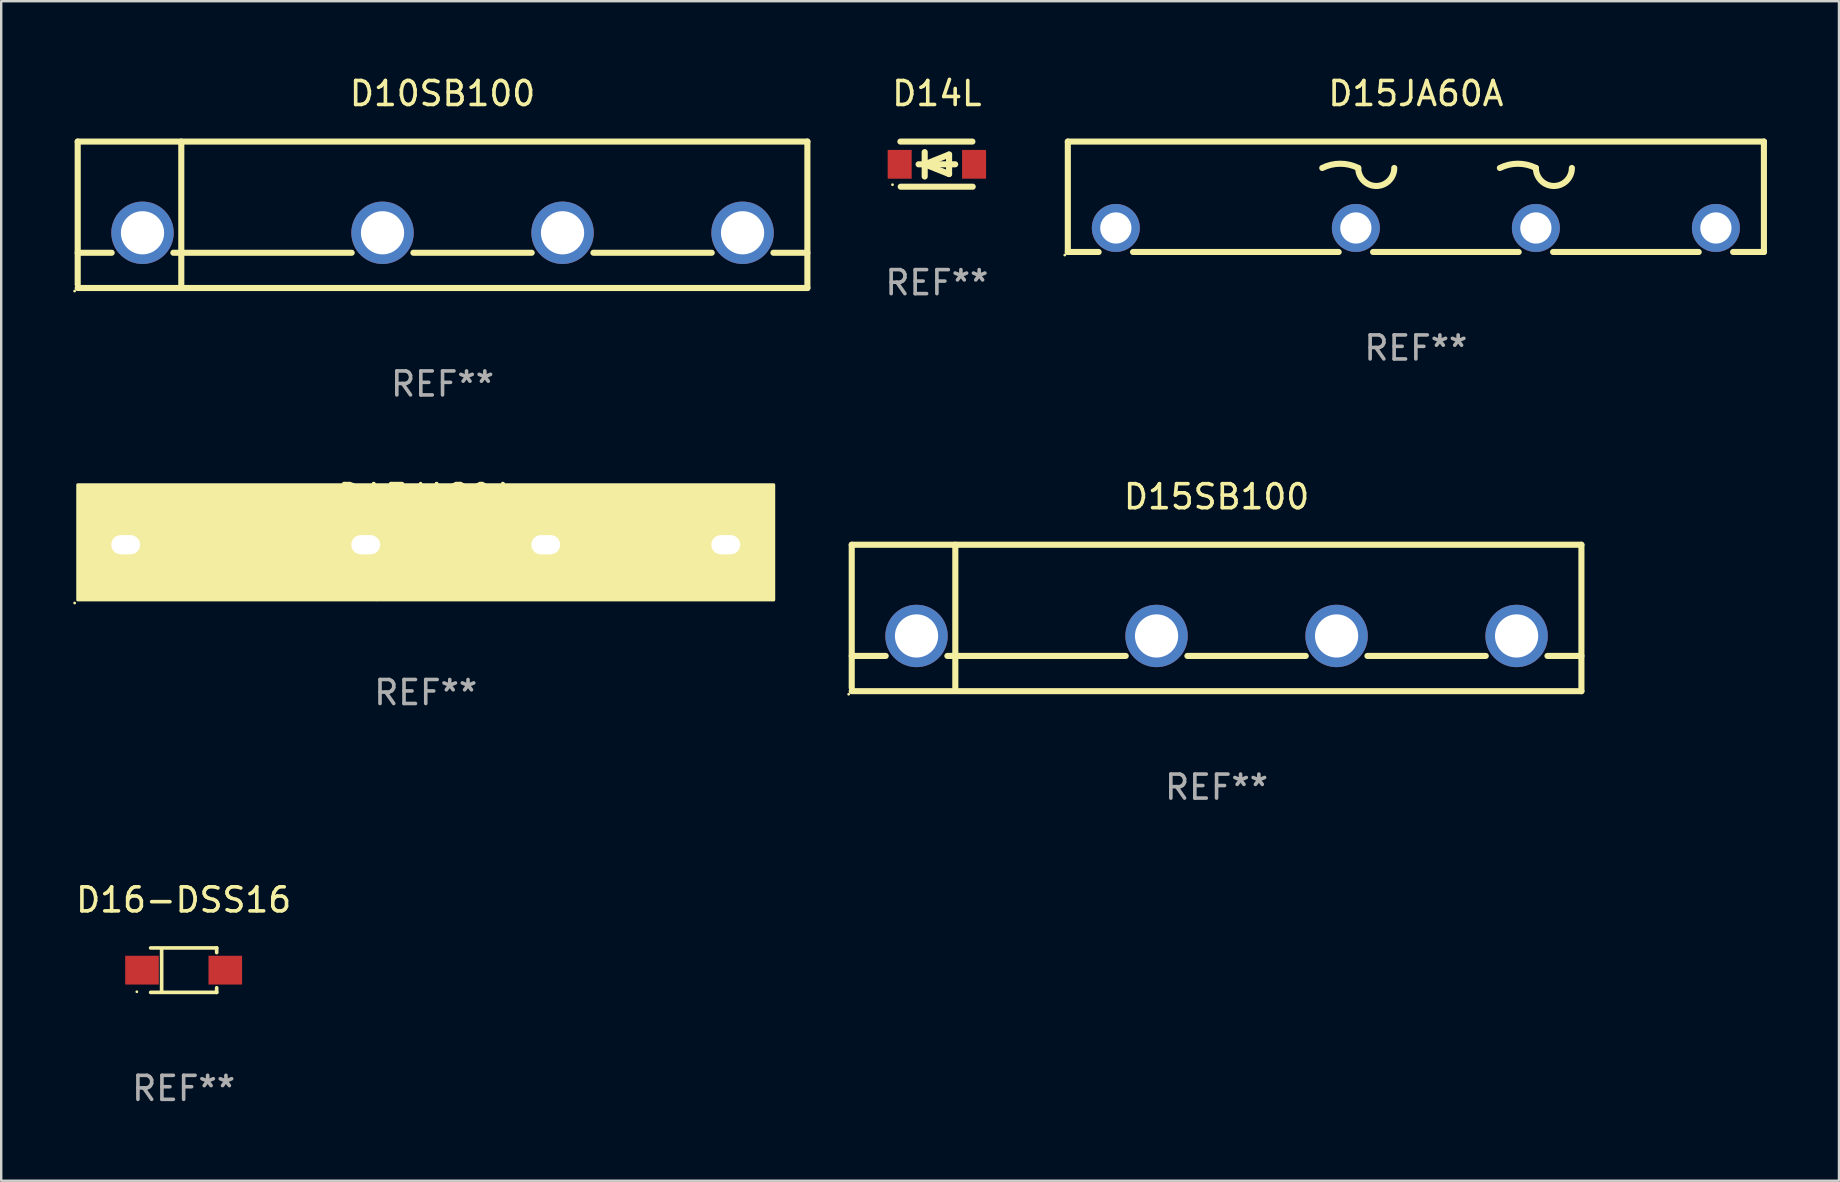
<source format=kicad_pcb>
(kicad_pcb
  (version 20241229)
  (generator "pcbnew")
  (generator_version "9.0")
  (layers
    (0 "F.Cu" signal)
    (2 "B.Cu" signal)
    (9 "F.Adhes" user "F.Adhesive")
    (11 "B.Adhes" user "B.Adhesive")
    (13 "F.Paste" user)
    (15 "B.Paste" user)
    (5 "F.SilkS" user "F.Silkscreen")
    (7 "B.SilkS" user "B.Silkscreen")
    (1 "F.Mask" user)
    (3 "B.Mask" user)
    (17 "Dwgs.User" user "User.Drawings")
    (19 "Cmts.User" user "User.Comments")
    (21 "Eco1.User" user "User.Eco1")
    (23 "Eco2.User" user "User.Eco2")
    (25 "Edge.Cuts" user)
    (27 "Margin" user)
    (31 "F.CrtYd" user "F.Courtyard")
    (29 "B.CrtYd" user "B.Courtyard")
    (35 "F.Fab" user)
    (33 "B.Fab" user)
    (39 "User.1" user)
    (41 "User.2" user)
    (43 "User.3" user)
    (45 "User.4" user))
  (footprint "D10SB100"
    (layer "F.Cu")
    (at 15.387 5.898)
    (property "Reference" "D10SB100" (at 0 -5.05 0) (layer "F.SilkS") (effects (font (size 1 1) (thickness 0.15))))
    (attr through_hole)
    (fp_line (start -15.2 -3.05) (end -15.2 2.909) (stroke (width 0.254) (type solid)) (layer "F.SilkS"))
    (fp_line (start -15.2 -3.05) (end 15.2 -3.05) (stroke (width 0.254) (type solid)) (layer "F.SilkS"))
    (fp_line (start -15.2 1.582) (end -13.785 1.582) (stroke (width 0.254) (type solid)) (layer "F.SilkS"))
    (fp_line (start -15.2 3.05) (end 15.2 3.05) (stroke (width 0.254) (type solid)) (layer "F.SilkS"))
    (fp_line (start -11.215 1.582) (end -3.785 1.582) (stroke (width 0.254) (type solid)) (layer "F.SilkS"))
    (fp_line (start -10.884 -3.05) (end -10.884 2.909) (stroke (width 0.254) (type solid)) (layer "F.SilkS"))
    (fp_line (start -1.215 1.582) (end 3.715 1.582) (stroke (width 0.254) (type solid)) (layer "F.SilkS"))
    (fp_line (start 6.285 1.582) (end 11.215 1.582) (stroke (width 0.254) (type solid)) (layer "F.SilkS"))
    (fp_line (start 13.785 1.582) (end 15.2 1.582) (stroke (width 0.254) (type solid)) (layer "F.SilkS"))
    (fp_line (start 15.2 -3.05) (end 15.2 3.05) (stroke (width 0.254) (type solid)) (layer "F.SilkS"))
    (fp_circle (center -15.327 3.177) (end -15.297 3.177) (stroke (width 0.06) (type solid)) (fill no) (layer "F.SilkS"))
    (fp_text user "-" (at 11.176 -0.774 0) (layer "B.Mask") (effects (font (size 1 1) (thickness 0.15))))
    (fp_text user "+" (at -13.461 -0.782 0) (layer "B.Mask") (effects (font (size 1 1) (thickness 0.15))))
    (fp_text user "&#126;" (at -3.301 -0.827 0) (layer "B.Mask") (effects (font (size 1 1) (thickness 0.15))))
    (fp_text user "&#126;" (at 3.938 -0.7 0) (layer "B.Mask") (effects (font (size 1 1) (thickness 0.15))))
    (fp_text user "REF**" (at 0 7.05 0) (layer "F.Fab") (effects (font (size 1 1) (thickness 0.15))))
    (pad "1" thru_hole circle (at -12.5 0.75) (size 2.6 2.6) (drill 1.8) (layers "*.Cu" "*.Mask"))
    (pad "2" thru_hole circle (at -2.5 0.75) (size 2.6 2.6) (drill 1.8) (layers "*.Cu" "*.Mask"))
    (pad "3" thru_hole circle (at 5 0.75) (size 2.6 2.6) (drill 1.8) (layers "*.Cu" "*.Mask"))
    (pad "4" thru_hole circle (at 12.5 0.75) (size 2.6 2.6) (drill 1.8) (layers "*.Cu" "*.Mask")))
  (footprint "D15JA80A"
    (layer "F.Cu")
    (at 14.687 20.724)
    (property "Reference" "D15JA80A" (at 0 -3.08 0) (layer "F.SilkS") (effects (font (size 1 1) (thickness 0.15))))
    (attr through_hole)
    (fp_line (start -13.081 0.445) (end -11.938 0.445) (stroke (width 0.254) (type solid)) (layer "F.SilkS"))
    (fp_line (start -12.509 1.08) (end -12.509 -0.064) (stroke (width 0.254) (type solid)) (layer "F.SilkS"))
    (fp_line (start 11.938 0.699) (end 13.081 0.699) (stroke (width 0.254) (type solid)) (layer "F.SilkS"))
    (fp_arc (start -3.365469 0.666751) (mid -2.920968 0.561819) (end -2.476467 0.666751) (stroke (width 0.254001) (type solid)) (layer "F.SilkS"))
    (fp_arc (start -1.58744 0.698501) (mid -2.031941 1.143002) (end -2.476442 0.698501) (stroke (width 0.254001) (type solid)) (layer "F.SilkS"))
    (fp_arc (start 4.000572 0.571501) (mid 4.445073 0.466569) (end 4.889574 0.571502) (stroke (width 0.254001) (type solid)) (layer "F.SilkS"))
    (fp_arc (start 4.8896 0.603251) (mid 5.3341 0.158751) (end 5.7786 0.603251) (stroke (width 0.254001) (type solid)) (layer "F.SilkS"))
    (fp_circle (center -14.627 1.348) (end -14.597 1.348) (stroke (width 0.06) (type solid)) (fill no) (layer "F.SilkS"))
    (fp_poly (pts (xy -14.5 -3.579) (xy 14.5 -3.579) (xy 14.5 1.221) (xy -14.5 1.221)) (stroke (width 0.12) (type solid)) (fill yes) (layer "F.SilkS"))
    (fp_text user "REF**" (at 0 5.08 0) (layer "F.Fab") (effects (font (size 1 1) (thickness 0.15))))
    (pad "1" thru_hole oval (at -12.5 -1.08) (size 2 1.4) (drill oval 1.2 0.8) (layers "*.Cu" "*.Mask"))
    (pad "2" thru_hole oval (at -2.5 -1.08) (size 2 1.4) (drill oval 1.2 0.8) (layers "*.Cu" "*.Mask"))
    (pad "3" thru_hole oval (at 5 -1.08) (size 2 1.4) (drill oval 1.2 0.8) (layers "*.Cu" "*.Mask"))
    (pad "4" thru_hole oval (at 12.5 -1.08) (size 2 1.4) (drill oval 1.2 0.8) (layers "*.Cu" "*.Mask")))
  (footprint "D14L"
    (layer "F.Cu")
    (at 35.982 3.788)
    (property "Reference" "D14L" (at 0 -2.94 0) (layer "F.SilkS") (effects (font (size 1 1) (thickness 0.15))))
    (attr through_hole)
    (fp_line (start -1.52 -0.94) (end 1.48 -0.94) (stroke (width 0.254) (type solid)) (layer "F.SilkS"))
    (fp_line (start -1.507 0.94) (end 1.493 0.94) (stroke (width 0.254) (type solid)) (layer "F.SilkS"))
    (fp_line (start -0.762 0.007) (end 0.762 0.007) (stroke (width 0.254) (type solid)) (layer "F.SilkS"))
    (fp_line (start -0.508 -0.501) (end -0.508 0.515) (stroke (width 0.254) (type solid)) (layer "F.SilkS"))
    (fp_line (start -0.508 0.007) (end 0.508 -0.4) (stroke (width 0.254) (type solid)) (layer "F.SilkS"))
    (fp_line (start 0.508 -0.4) (end 0.508 0.413) (stroke (width 0.254) (type solid)) (layer "F.SilkS"))
    (fp_line (start 0.508 0.413) (end -0.508 0.007) (stroke (width 0.254) (type solid)) (layer "F.SilkS"))
    (fp_circle (center -1.85 0.857) (end -1.82 0.857) (stroke (width 0.06) (type solid)) (fill no) (layer "F.SilkS"))
    (fp_text user "REF**" (at 0 4.94 0) (layer "F.Fab") (effects (font (size 1 1) (thickness 0.15))))
    (pad "1" smd rect (at -1.55 0.007) (size 1 1.2) (layers "F.Cu" "F.Mask" "F.Paste"))
    (pad "2" smd rect (at 1.55 0.007) (size 1 1.2) (layers "F.Cu" "F.Mask" "F.Paste")))
  (footprint "D15SB100"
    (layer "F.Cu")
    (at 47.634 22.695)
    (property "Reference" "D15SB100" (at 0 -5.05 0) (layer "F.SilkS") (effects (font (size 1 1) (thickness 0.15))))
    (attr through_hole)
    (fp_line (start -15.2 -3.05) (end -15.2 2.909) (stroke (width 0.254) (type solid)) (layer "F.SilkS"))
    (fp_line (start -15.2 -3.05) (end 15.2 -3.05) (stroke (width 0.254) (type solid)) (layer "F.SilkS"))
    (fp_line (start -15.2 1.582) (end -13.785 1.582) (stroke (width 0.254) (type solid)) (layer "F.SilkS"))
    (fp_line (start -15.2 3.05) (end 15.2 3.05) (stroke (width 0.254) (type solid)) (layer "F.SilkS"))
    (fp_line (start -11.215 1.582) (end -3.785 1.582) (stroke (width 0.254) (type solid)) (layer "F.SilkS"))
    (fp_line (start -10.884 -3.05) (end -10.884 2.909) (stroke (width 0.254) (type solid)) (layer "F.SilkS"))
    (fp_line (start -1.215 1.582) (end 3.715 1.582) (stroke (width 0.254) (type solid)) (layer "F.SilkS"))
    (fp_line (start 6.285 1.582) (end 11.215 1.582) (stroke (width 0.254) (type solid)) (layer "F.SilkS"))
    (fp_line (start 13.785 1.582) (end 15.2 1.582) (stroke (width 0.254) (type solid)) (layer "F.SilkS"))
    (fp_line (start 15.2 -3.05) (end 15.2 3.05) (stroke (width 0.254) (type solid)) (layer "F.SilkS"))
    (fp_circle (center -15.327 3.177) (end -15.297 3.177) (stroke (width 0.06) (type solid)) (fill no) (layer "F.SilkS"))
    (fp_text user "-" (at 11.176 -0.774 0) (layer "B.Mask") (effects (font (size 1 1) (thickness 0.15))))
    (fp_text user "&#126;" (at 3.938 -0.7 0) (layer "B.Mask") (effects (font (size 1 1) (thickness 0.15))))
    (fp_text user "+" (at -13.461 -0.782 0) (layer "B.Mask") (effects (font (size 1 1) (thickness 0.15))))
    (fp_text user "&#126;" (at -3.301 -0.827 0) (layer "B.Mask") (effects (font (size 1 1) (thickness 0.15))))
    (fp_text user "REF**" (at 0 7.05 0) (layer "F.Fab") (effects (font (size 1 1) (thickness 0.15))))
    (pad "1" thru_hole circle (at -12.5 0.75) (size 2.6 2.6) (drill 1.8) (layers "*.Cu" "*.Mask"))
    (pad "2" thru_hole circle (at -2.5 0.75) (size 2.6 2.6) (drill 1.8) (layers "*.Cu" "*.Mask"))
    (pad "3" thru_hole circle (at 5 0.75) (size 2.6 2.6) (drill 1.8) (layers "*.Cu" "*.Mask"))
    (pad "4" thru_hole circle (at 12.5 0.75) (size 2.6 2.6) (drill 1.8) (layers "*.Cu" "*.Mask")))
  (footprint "D16-DSS16"
    (layer "F.Cu")
    (at 4.601 37.368)
    (property "Reference" "D16-DSS16" (at 0 -2.926 0) (layer "F.SilkS") (effects (font (size 1 1) (thickness 0.15))))
    (attr through_hole)
    (fp_line (start -1.376 -0.926) (end 1.376 -0.926) (stroke (width 0.152) (type solid)) (layer "F.SilkS"))
    (fp_line (start -1.376 0.926) (end 1.376 0.926) (stroke (width 0.152) (type solid)) (layer "F.SilkS"))
    (fp_line (start -0.917 -0.876) (end -0.917 0.876) (stroke (width 0.152) (type solid)) (layer "F.SilkS"))
    (fp_line (start 1.376 -0.926) (end 1.376 -0.733) (stroke (width 0.152) (type solid)) (layer "F.SilkS"))
    (fp_line (start 1.376 0.926) (end 1.376 0.733) (stroke (width 0.152) (type solid)) (layer "F.SilkS"))
    (fp_circle (center -1.95 0.9) (end -1.92 0.9) (stroke (width 0.06) (type solid)) (fill no) (layer "F.SilkS"))
    (fp_text user "REF**" (at 0 4.926 0) (layer "F.Fab") (effects (font (size 1 1) (thickness 0.15))))
    (pad "1" smd rect (at -1.735 0) (size 1.4 1.2) (layers "F.Cu" "F.Mask" "F.Paste"))
    (pad "2" smd rect (at 1.735 0) (size 1.4 1.2) (layers "F.Cu" "F.Mask" "F.Paste")))
  (footprint "D15JA60A"
    (layer "F.Cu")
    (at 55.937 5.148)
    (property "Reference" "D15JA60A" (at 0 -4.3 0) (layer "F.SilkS") (effects (font (size 1 1) (thickness 0.15))))
    (attr through_hole)
    (fp_line (start -14.5 2.3) (end -13.216 2.3) (stroke (width 0.254) (type solid)) (layer "F.SilkS"))
    (fp_line (start -14.5 -2.3) (end -14.5 2.3) (stroke (width 0.254) (type solid)) (layer "F.SilkS"))
    (fp_line (start -14.5 -2.3) (end 14.5 -2.3) (stroke (width 0.254) (type solid)) (layer "F.SilkS"))
    (fp_line (start -11.784 2.3) (end -3.216 2.3) (stroke (width 0.254) (type solid)) (layer "F.SilkS"))
    (fp_line (start -1.784 2.3) (end 4.284 2.3) (stroke (width 0.254) (type solid)) (layer "F.SilkS"))
    (fp_line (start 5.716 2.3) (end 11.784 2.3) (stroke (width 0.254) (type solid)) (layer "F.SilkS"))
    (fp_line (start 13.216 2.3) (end 14.5 2.3) (stroke (width 0.254) (type solid)) (layer "F.SilkS"))
    (fp_line (start 14.5 -2.3) (end 14.5 2.3) (stroke (width 0.254) (type solid)) (layer "F.SilkS"))
    (fp_arc (start -3.900038 -1.200025) (mid -3.150025 -1.377079) (end -2.400013 -1.200025) (stroke (width 0.254001) (type solid)) (layer "F.SilkS"))
    (fp_arc (start -0.899987 -1.200025) (mid -1.65 -0.450012) (end -2.400013 -1.200025) (stroke (width 0.254001) (type solid)) (layer "F.SilkS"))
    (fp_arc (start 3.499987 -1.200025) (mid 4.25 -1.377079) (end 5.000012 -1.200025) (stroke (width 0.254001) (type solid)) (layer "F.SilkS"))
    (fp_arc (start 6.500038 -1.200025) (mid 5.750025 -0.450012) (end 5.000012 -1.200025) (stroke (width 0.254001) (type solid)) (layer "F.SilkS"))
    (fp_circle (center -14.627 2.427) (end -14.597 2.427) (stroke (width 0.06) (type solid)) (fill no) (layer "F.SilkS"))
    (fp_text user "+" (at -13.3 -0.1 0) (layer "B.Mask") (effects (font (size 1 1) (thickness 0.15))))
    (fp_text user "-" (at 11.6 -0.2 0) (layer "B.Mask") (effects (font (size 1 1) (thickness 0.15))))
    (fp_text user "REF**" (at 0 6.3 0) (layer "F.Fab") (effects (font (size 1 1) (thickness 0.15))))
    (pad "1" thru_hole circle (at -12.5 1.3) (size 2 2) (drill 1.3) (layers "*.Cu" "*.Mask"))
    (pad "2" thru_hole circle (at -2.5 1.3) (size 2 2) (drill 1.3) (layers "*.Cu" "*.Mask"))
    (pad "3" thru_hole circle (at 5 1.3) (size 2 2) (drill 1.3) (layers "*.Cu" "*.Mask"))
    (pad "4" thru_hole circle (at 12.5 1.3) (size 2 2) (drill 1.3) (layers "*.Cu" "*.Mask")))
  (gr_rect
    (start -3 -3)
    (end 73.564 46.142)
    (stroke (width 0.1) (type default))
    (fill no)
    (layer "Edge.Cuts")))
</source>
